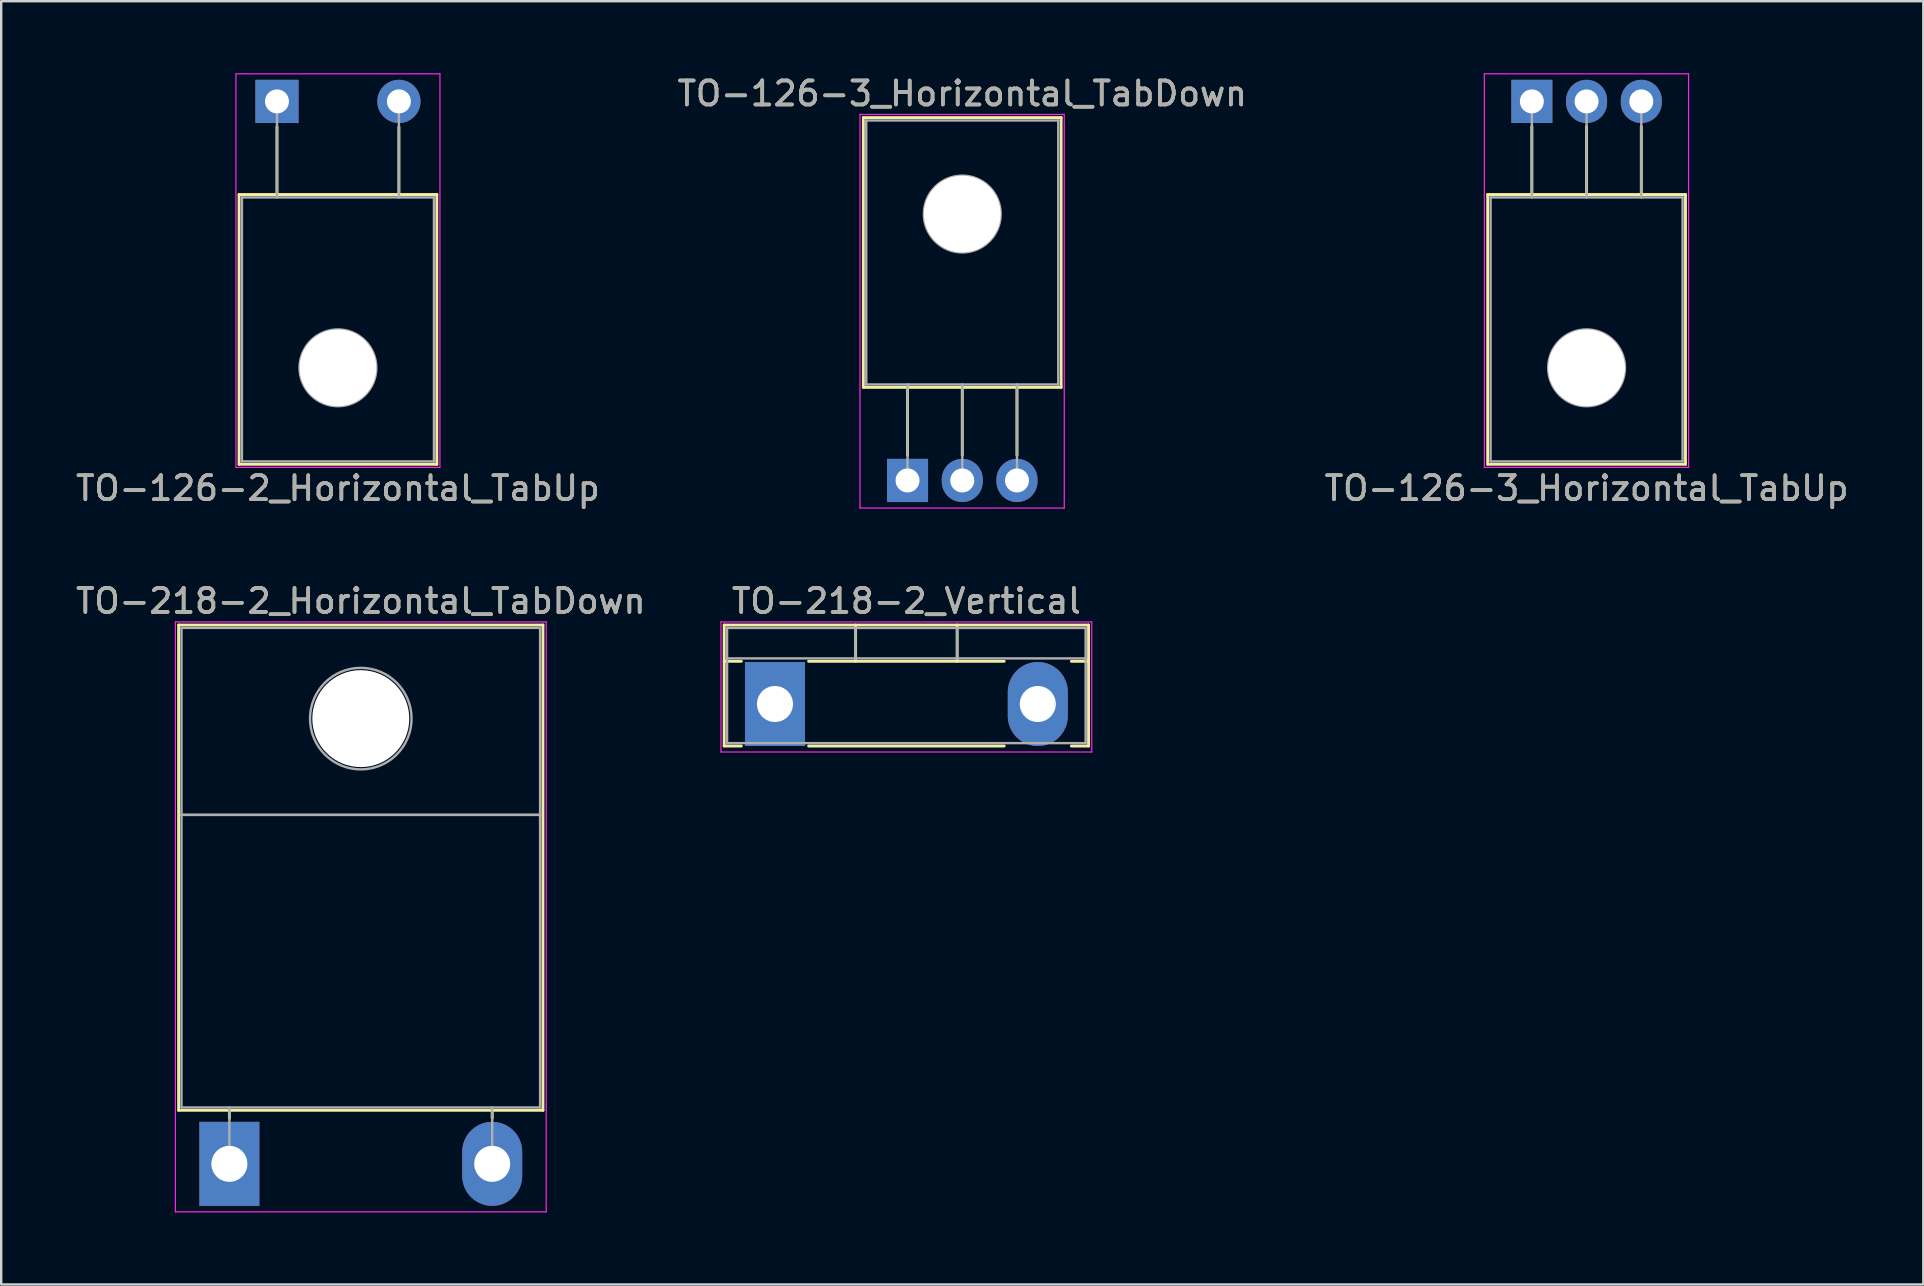
<source format=kicad_pcb>
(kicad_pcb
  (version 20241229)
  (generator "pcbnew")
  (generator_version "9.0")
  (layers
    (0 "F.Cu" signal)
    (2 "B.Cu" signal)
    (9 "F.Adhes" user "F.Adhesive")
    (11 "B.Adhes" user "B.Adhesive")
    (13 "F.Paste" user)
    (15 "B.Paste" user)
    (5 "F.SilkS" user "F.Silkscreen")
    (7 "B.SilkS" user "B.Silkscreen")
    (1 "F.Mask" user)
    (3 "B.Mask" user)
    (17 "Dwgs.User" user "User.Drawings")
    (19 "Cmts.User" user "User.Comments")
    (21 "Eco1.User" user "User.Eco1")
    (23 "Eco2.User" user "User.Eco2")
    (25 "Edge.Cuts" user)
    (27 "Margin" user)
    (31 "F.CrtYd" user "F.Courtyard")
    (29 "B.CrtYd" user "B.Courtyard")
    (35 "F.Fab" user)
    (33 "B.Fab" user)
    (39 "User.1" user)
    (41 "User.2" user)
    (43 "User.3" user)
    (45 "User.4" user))
  (footprint "TO-126-2_Horizontal_TabUp"
    (layer "F.Cu")
    (at 8.49 1.175)
    (property "Reference" "TO-126-2_Horizontal_TabUp" (at 2.54 16.12 0) (layer "F.SilkS") (effects (font (size 1 1) (thickness 0.15))))
    (attr through_hole)
    (fp_line (start -1.58 3.88) (end -1.58 15.12) (stroke (width 0.12) (type solid)) (layer "F.SilkS"))
    (fp_line (start -1.58 3.88) (end 6.66 3.88) (stroke (width 0.12) (type solid)) (layer "F.SilkS"))
    (fp_line (start -1.58 15.12) (end 6.66 15.12) (stroke (width 0.12) (type solid)) (layer "F.SilkS"))
    (fp_line (start 0 1.05) (end 0 3.88) (stroke (width 0.12) (type solid)) (layer "F.SilkS"))
    (fp_line (start 5.08 1.066) (end 5.08 3.88) (stroke (width 0.12) (type solid)) (layer "F.SilkS"))
    (fp_line (start 6.66 3.88) (end 6.66 15.12) (stroke (width 0.12) (type solid)) (layer "F.SilkS"))
    (fp_line (start -1.71 -1.15) (end -1.71 15.25) (stroke (width 0.05) (type solid)) (layer "F.CrtYd"))
    (fp_line (start -1.71 15.25) (end 6.79 15.25) (stroke (width 0.05) (type solid)) (layer "F.CrtYd"))
    (fp_line (start 6.79 -1.15) (end -1.71 -1.15) (stroke (width 0.05) (type solid)) (layer "F.CrtYd"))
    (fp_line (start 6.79 15.25) (end 6.79 -1.15) (stroke (width 0.05) (type solid)) (layer "F.CrtYd"))
    (fp_line (start -1.46 4) (end -1.46 15) (stroke (width 0.1) (type solid)) (layer "F.Fab"))
    (fp_line (start -1.46 15) (end 6.54 15) (stroke (width 0.1) (type solid)) (layer "F.Fab"))
    (fp_line (start 0 4) (end 0 0) (stroke (width 0.1) (type solid)) (layer "F.Fab"))
    (fp_line (start 5.08 4) (end 5.08 0) (stroke (width 0.1) (type solid)) (layer "F.Fab"))
    (fp_line (start 6.54 4) (end -1.46 4) (stroke (width 0.1) (type solid)) (layer "F.Fab"))
    (fp_line (start 6.54 15) (end 6.54 4) (stroke (width 0.1) (type solid)) (layer "F.Fab"))
    (fp_circle (center 2.54 11.1) (end 4.14 11.1) (stroke (width 0.1) (type solid)) (fill no) (layer "F.Fab"))
    (fp_text user "${REFERENCE}" (at 2.54 16.12 0) (layer "F.Fab") (effects (font (size 1 1) (thickness 0.15))))
    (pad "" np_thru_hole circle (at 2.54 11.1) (size 3.2 3.2) (drill 3.2) (layers "*.Cu" "*.Mask"))
    (pad "1" thru_hole rect (at 0 0) (size 1.8 1.8) (drill 1) (layers "*.Cu" "*.Mask"))
    (pad "2" thru_hole circle (at 5.08 0) (size 1.8 1.8) (drill 1) (layers "*.Cu" "*.Mask")))
  (footprint "TO-218-2_Vertical"
    (layer "F.Cu")
    (at 29.239 26.282)
    (property "Reference" "TO-218-2_Vertical" (at 5.475 -4.29 0) (layer "F.SilkS") (effects (font (size 1 1) (thickness 0.15))))
    (attr through_hole)
    (fp_line (start -2.115 -3.29) (end -2.115 1.75) (stroke (width 0.12) (type solid)) (layer "F.SilkS"))
    (fp_line (start -2.115 -3.29) (end 13.065 -3.29) (stroke (width 0.12) (type solid)) (layer "F.SilkS"))
    (fp_line (start -2.115 -1.78) (end -1.4 -1.78) (stroke (width 0.12) (type solid)) (layer "F.SilkS"))
    (fp_line (start -2.115 1.75) (end -1.4 1.75) (stroke (width 0.12) (type solid)) (layer "F.SilkS"))
    (fp_line (start 1.4 -1.78) (end 9.55 -1.78) (stroke (width 0.12) (type solid)) (layer "F.SilkS"))
    (fp_line (start 1.4 1.75) (end 9.55 1.75) (stroke (width 0.12) (type solid)) (layer "F.SilkS"))
    (fp_line (start 3.36 -3.29) (end 3.36 -1.78) (stroke (width 0.12) (type solid)) (layer "F.SilkS"))
    (fp_line (start 7.59 -3.29) (end 7.59 -1.78) (stroke (width 0.12) (type solid)) (layer "F.SilkS"))
    (fp_line (start 12.35 -1.78) (end 13.065 -1.78) (stroke (width 0.12) (type solid)) (layer "F.SilkS"))
    (fp_line (start 12.35 1.75) (end 13.065 1.75) (stroke (width 0.12) (type solid)) (layer "F.SilkS"))
    (fp_line (start 13.065 -3.29) (end 13.065 1.75) (stroke (width 0.12) (type solid)) (layer "F.SilkS"))
    (fp_line (start -2.25 -3.42) (end -2.25 2) (stroke (width 0.05) (type solid)) (layer "F.CrtYd"))
    (fp_line (start -2.25 2) (end 13.2 2) (stroke (width 0.05) (type solid)) (layer "F.CrtYd"))
    (fp_line (start 13.2 -3.42) (end -2.25 -3.42) (stroke (width 0.05) (type solid)) (layer "F.CrtYd"))
    (fp_line (start 13.2 2) (end 13.2 -3.42) (stroke (width 0.05) (type solid)) (layer "F.CrtYd"))
    (fp_line (start -1.995 -3.17) (end -1.995 1.63) (stroke (width 0.1) (type solid)) (layer "F.Fab"))
    (fp_line (start -1.995 -1.9) (end 12.945 -1.9) (stroke (width 0.1) (type solid)) (layer "F.Fab"))
    (fp_line (start -1.995 1.63) (end 12.945 1.63) (stroke (width 0.1) (type solid)) (layer "F.Fab"))
    (fp_line (start 3.36 -3.17) (end 3.36 -1.9) (stroke (width 0.1) (type solid)) (layer "F.Fab"))
    (fp_line (start 7.59 -3.17) (end 7.59 -1.9) (stroke (width 0.1) (type solid)) (layer "F.Fab"))
    (fp_line (start 12.945 -3.17) (end -1.995 -3.17) (stroke (width 0.1) (type solid)) (layer "F.Fab"))
    (fp_line (start 12.945 1.63) (end 12.945 -3.17) (stroke (width 0.1) (type solid)) (layer "F.Fab"))
    (fp_text user "${REFERENCE}" (at 5.475 -4.29 0) (layer "F.Fab") (effects (font (size 1 1) (thickness 0.15))))
    (pad "1" thru_hole rect (at 0 0) (size 2.5 3.5) (drill 1.5) (layers "*.Cu" "*.Mask"))
    (pad "2" thru_hole oval (at 10.95 0) (size 2.5 3.5) (drill 1.5) (layers "*.Cu" "*.Mask")))
  (footprint "TO-126-3_Horizontal_TabDown"
    (layer "F.Cu")
    (at 34.762 16.968)
    (property "Reference" "TO-126-3_Horizontal_TabDown" (at 2.28 -16.12 0) (layer "F.SilkS") (effects (font (size 1 1) (thickness 0.15))))
    (attr through_hole)
    (fp_line (start -1.841 -15.12) (end -1.841 -3.88) (stroke (width 0.12) (type solid)) (layer "F.SilkS"))
    (fp_line (start -1.841 -15.12) (end 6.4 -15.12) (stroke (width 0.12) (type solid)) (layer "F.SilkS"))
    (fp_line (start -1.841 -3.88) (end 6.4 -3.88) (stroke (width 0.12) (type solid)) (layer "F.SilkS"))
    (fp_line (start 0 -3.88) (end 0 -1.05) (stroke (width 0.12) (type solid)) (layer "F.SilkS"))
    (fp_line (start 2.28 -3.88) (end 2.28 -1.05) (stroke (width 0.12) (type solid)) (layer "F.SilkS"))
    (fp_line (start 4.56 -3.88) (end 4.56 -1.05) (stroke (width 0.12) (type solid)) (layer "F.SilkS"))
    (fp_line (start 6.4 -15.12) (end 6.4 -3.88) (stroke (width 0.12) (type solid)) (layer "F.SilkS"))
    (fp_line (start -1.98 -15.25) (end -1.98 1.15) (stroke (width 0.05) (type solid)) (layer "F.CrtYd"))
    (fp_line (start -1.98 1.15) (end 6.53 1.15) (stroke (width 0.05) (type solid)) (layer "F.CrtYd"))
    (fp_line (start 6.53 -15.25) (end -1.98 -15.25) (stroke (width 0.05) (type solid)) (layer "F.CrtYd"))
    (fp_line (start 6.53 1.15) (end 6.53 -15.25) (stroke (width 0.05) (type solid)) (layer "F.CrtYd"))
    (fp_line (start -1.72 -15) (end 6.28 -15) (stroke (width 0.1) (type solid)) (layer "F.Fab"))
    (fp_line (start -1.72 -4) (end -1.72 -15) (stroke (width 0.1) (type solid)) (layer "F.Fab"))
    (fp_line (start 0 -4) (end 0 0) (stroke (width 0.1) (type solid)) (layer "F.Fab"))
    (fp_line (start 2.28 -4) (end 2.28 0) (stroke (width 0.1) (type solid)) (layer "F.Fab"))
    (fp_line (start 4.56 -4) (end 4.56 0) (stroke (width 0.1) (type solid)) (layer "F.Fab"))
    (fp_line (start 6.28 -15) (end 6.28 -4) (stroke (width 0.1) (type solid)) (layer "F.Fab"))
    (fp_line (start 6.28 -4) (end -1.72 -4) (stroke (width 0.1) (type solid)) (layer "F.Fab"))
    (fp_circle (center 2.28 -11.1) (end 3.88 -11.1) (stroke (width 0.1) (type solid)) (fill no) (layer "F.Fab"))
    (fp_text user "${REFERENCE}" (at 2.28 -16.12 0) (layer "F.Fab") (effects (font (size 1 1) (thickness 0.15))))
    (pad "" np_thru_hole circle (at 2.28 -11.1) (size 3.2 3.2) (drill 3.2) (layers "*.Cu" "*.Mask"))
    (pad "1" thru_hole rect (at 0 0) (size 1.71 1.8) (drill 1) (layers "*.Cu" "*.Mask"))
    (pad "2" thru_hole oval (at 2.28 0) (size 1.71 1.8) (drill 1) (layers "*.Cu" "*.Mask"))
    (pad "3" thru_hole oval (at 4.56 0) (size 1.71 1.8) (drill 1) (layers "*.Cu" "*.Mask")))
  (footprint "TO-126-3_Horizontal_TabUp"
    (layer "F.Cu")
    (at 60.774 1.175)
    (property "Reference" "TO-126-3_Horizontal_TabUp" (at 2.28 16.12 0) (layer "F.SilkS") (effects (font (size 1 1) (thickness 0.15))))
    (attr through_hole)
    (fp_line (start -1.841 3.88) (end -1.841 15.12) (stroke (width 0.12) (type solid)) (layer "F.SilkS"))
    (fp_line (start -1.841 3.88) (end 6.4 3.88) (stroke (width 0.12) (type solid)) (layer "F.SilkS"))
    (fp_line (start -1.841 15.12) (end 6.4 15.12) (stroke (width 0.12) (type solid)) (layer "F.SilkS"))
    (fp_line (start 0 1.05) (end 0 3.88) (stroke (width 0.12) (type solid)) (layer "F.SilkS"))
    (fp_line (start 2.28 1.05) (end 2.28 3.88) (stroke (width 0.12) (type solid)) (layer "F.SilkS"))
    (fp_line (start 4.56 1.05) (end 4.56 3.88) (stroke (width 0.12) (type solid)) (layer "F.SilkS"))
    (fp_line (start 6.4 3.88) (end 6.4 15.12) (stroke (width 0.12) (type solid)) (layer "F.SilkS"))
    (fp_line (start -1.98 -1.15) (end -1.98 15.25) (stroke (width 0.05) (type solid)) (layer "F.CrtYd"))
    (fp_line (start -1.98 15.25) (end 6.53 15.25) (stroke (width 0.05) (type solid)) (layer "F.CrtYd"))
    (fp_line (start 6.53 -1.15) (end -1.98 -1.15) (stroke (width 0.05) (type solid)) (layer "F.CrtYd"))
    (fp_line (start 6.53 15.25) (end 6.53 -1.15) (stroke (width 0.05) (type solid)) (layer "F.CrtYd"))
    (fp_line (start -1.72 4) (end -1.72 15) (stroke (width 0.1) (type solid)) (layer "F.Fab"))
    (fp_line (start -1.72 15) (end 6.28 15) (stroke (width 0.1) (type solid)) (layer "F.Fab"))
    (fp_line (start 0 4) (end 0 0) (stroke (width 0.1) (type solid)) (layer "F.Fab"))
    (fp_line (start 2.28 4) (end 2.28 0) (stroke (width 0.1) (type solid)) (layer "F.Fab"))
    (fp_line (start 4.56 4) (end 4.56 0) (stroke (width 0.1) (type solid)) (layer "F.Fab"))
    (fp_line (start 6.28 4) (end -1.72 4) (stroke (width 0.1) (type solid)) (layer "F.Fab"))
    (fp_line (start 6.28 15) (end 6.28 4) (stroke (width 0.1) (type solid)) (layer "F.Fab"))
    (fp_circle (center 2.28 11.1) (end 3.88 11.1) (stroke (width 0.1) (type solid)) (fill no) (layer "F.Fab"))
    (fp_text user "${REFERENCE}" (at 2.28 16.12 0) (layer "F.Fab") (effects (font (size 1 1) (thickness 0.15))))
    (pad "" np_thru_hole circle (at 2.28 11.1) (size 3.2 3.2) (drill 3.2) (layers "*.Cu" "*.Mask"))
    (pad "1" thru_hole rect (at 0 0) (size 1.71 1.8) (drill 1) (layers "*.Cu" "*.Mask"))
    (pad "2" thru_hole oval (at 2.28 0) (size 1.71 1.8) (drill 1) (layers "*.Cu" "*.Mask"))
    (pad "3" thru_hole oval (at 4.56 0) (size 1.71 1.8) (drill 1) (layers "*.Cu" "*.Mask")))
  (footprint "TO-218-2_Horizontal_TabDown"
    (layer "F.Cu")
    (at 6.507 45.441)
    (property "Reference" "TO-218-2_Horizontal_TabDown" (at 5.475 -23.45 0) (layer "F.SilkS") (effects (font (size 1 1) (thickness 0.15))))
    (attr through_hole)
    (fp_line (start -2.115 -22.45) (end -2.115 -2.23) (stroke (width 0.12) (type solid)) (layer "F.SilkS"))
    (fp_line (start -2.115 -22.45) (end 13.065 -22.45) (stroke (width 0.12) (type solid)) (layer "F.SilkS"))
    (fp_line (start -2.115 -2.23) (end 13.065 -2.23) (stroke (width 0.12) (type solid)) (layer "F.SilkS"))
    (fp_line (start 0 -2.23) (end 0 -1.9) (stroke (width 0.12) (type solid)) (layer "F.SilkS"))
    (fp_line (start 10.95 -2.23) (end 10.95 -1.9) (stroke (width 0.12) (type solid)) (layer "F.SilkS"))
    (fp_line (start 13.065 -22.45) (end 13.065 -2.23) (stroke (width 0.12) (type solid)) (layer "F.SilkS"))
    (fp_line (start -2.25 -22.58) (end -2.25 2) (stroke (width 0.05) (type solid)) (layer "F.CrtYd"))
    (fp_line (start -2.25 2) (end 13.2 2) (stroke (width 0.05) (type solid)) (layer "F.CrtYd"))
    (fp_line (start 13.2 -22.58) (end -2.25 -22.58) (stroke (width 0.05) (type solid)) (layer "F.CrtYd"))
    (fp_line (start 13.2 2) (end 13.2 -22.58) (stroke (width 0.05) (type solid)) (layer "F.CrtYd"))
    (fp_line (start -1.995 -22.33) (end 12.945 -22.33) (stroke (width 0.1) (type solid)) (layer "F.Fab"))
    (fp_line (start -1.995 -14.54) (end -1.995 -22.33) (stroke (width 0.1) (type solid)) (layer "F.Fab"))
    (fp_line (start -1.995 -14.54) (end 12.945 -14.54) (stroke (width 0.1) (type solid)) (layer "F.Fab"))
    (fp_line (start -1.995 -2.35) (end -1.995 -14.54) (stroke (width 0.1) (type solid)) (layer "F.Fab"))
    (fp_line (start 0 -2.35) (end 0 0) (stroke (width 0.1) (type solid)) (layer "F.Fab"))
    (fp_line (start 10.95 -2.35) (end 10.95 0) (stroke (width 0.1) (type solid)) (layer "F.Fab"))
    (fp_line (start 12.945 -22.33) (end 12.945 -14.54) (stroke (width 0.1) (type solid)) (layer "F.Fab"))
    (fp_line (start 12.945 -14.54) (end -1.995 -14.54) (stroke (width 0.1) (type solid)) (layer "F.Fab"))
    (fp_line (start 12.945 -14.54) (end 12.945 -2.35) (stroke (width 0.1) (type solid)) (layer "F.Fab"))
    (fp_line (start 12.945 -2.35) (end -1.995 -2.35) (stroke (width 0.1) (type solid)) (layer "F.Fab"))
    (fp_circle (center 5.475 -18.55) (end 7.59 -18.55) (stroke (width 0.1) (type solid)) (fill no) (layer "F.Fab"))
    (fp_text user "${REFERENCE}" (at 5.475 -23.45 0) (layer "F.Fab") (effects (font (size 1 1) (thickness 0.15))))
    (pad "" np_thru_hole oval (at 5.475 -18.55) (size 4.04 4.04) (drill 4.04) (layers "*.Cu" "*.Mask"))
    (pad "1" thru_hole rect (at 0 0) (size 2.5 3.5) (drill 1.5) (layers "*.Cu" "*.Mask"))
    (pad "2" thru_hole oval (at 10.95 0) (size 2.5 3.5) (drill 1.5) (layers "*.Cu" "*.Mask")))
  (gr_rect
    (start -3 -3)
    (end 77.083 50.467)
    (stroke (width 0.1) (type default))
    (fill no)
    (layer "Edge.Cuts")))
</source>
